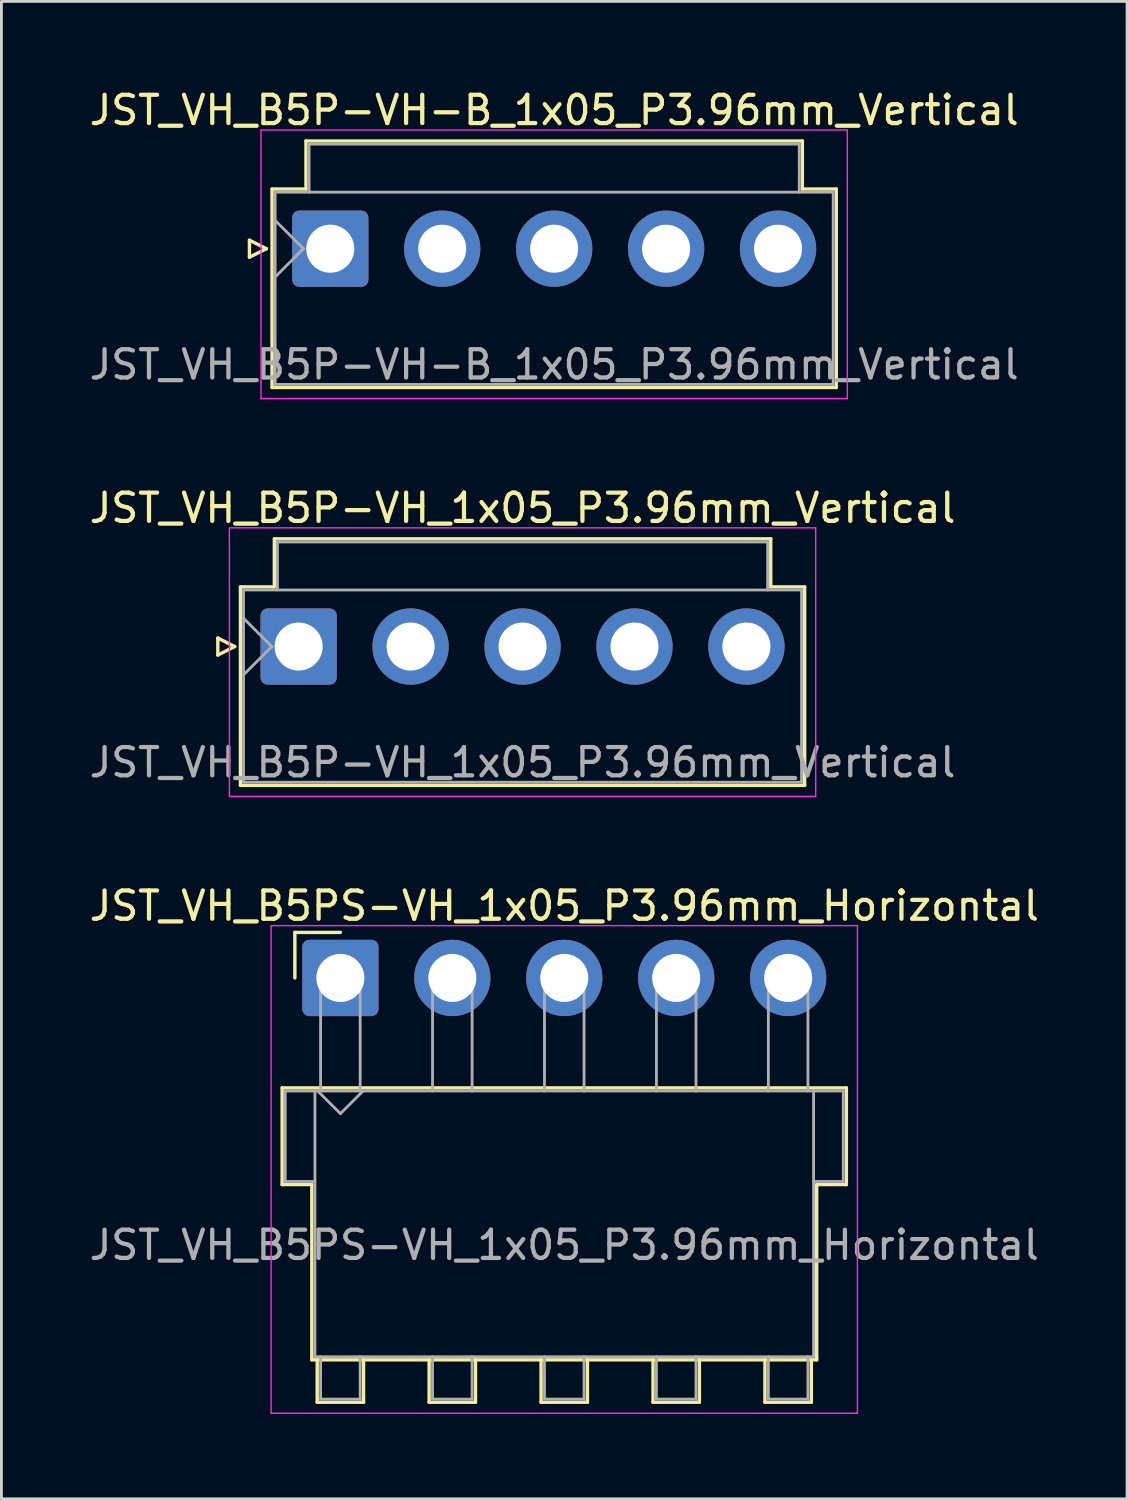
<source format=kicad_pcb>
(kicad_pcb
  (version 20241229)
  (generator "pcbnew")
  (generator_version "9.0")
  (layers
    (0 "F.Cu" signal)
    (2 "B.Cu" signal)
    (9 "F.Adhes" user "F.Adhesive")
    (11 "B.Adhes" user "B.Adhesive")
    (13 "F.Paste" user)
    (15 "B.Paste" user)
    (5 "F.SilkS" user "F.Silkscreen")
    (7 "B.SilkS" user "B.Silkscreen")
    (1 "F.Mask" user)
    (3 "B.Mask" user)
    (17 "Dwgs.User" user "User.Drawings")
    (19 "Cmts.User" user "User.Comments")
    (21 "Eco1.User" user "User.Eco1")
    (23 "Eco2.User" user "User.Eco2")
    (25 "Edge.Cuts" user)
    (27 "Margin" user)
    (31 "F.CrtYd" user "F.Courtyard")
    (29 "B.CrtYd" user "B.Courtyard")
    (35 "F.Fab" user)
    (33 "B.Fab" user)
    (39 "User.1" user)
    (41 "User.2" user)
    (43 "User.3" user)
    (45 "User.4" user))
  (footprint "JST_VH_B5P-VH_1x05_P3.96mm_Vertical"
    (layer "F.Cu")
    (at 7.515 19.822)
    (property "Reference" "JST_VH_B5P-VH_1x05_P3.96mm_Vertical" (at 7.92 -4.9 0) (layer "F.SilkS") (effects (font (size 1 1) (thickness 0.15))))
    (attr through_hole)
    (fp_line (start -2.86 -0.3) (end -2.26 0) (stroke (width 0.12) (type solid)) (layer "F.SilkS"))
    (fp_line (start -2.86 0.3) (end -2.86 -0.3) (stroke (width 0.12) (type solid)) (layer "F.SilkS"))
    (fp_line (start -2.26 0) (end -2.86 0.3) (stroke (width 0.12) (type solid)) (layer "F.SilkS"))
    (fp_line (start -2.06 -2.11) (end -0.86 -2.11) (stroke (width 0.12) (type solid)) (layer "F.SilkS"))
    (fp_line (start -2.06 4.91) (end -2.06 -2.11) (stroke (width 0.12) (type solid)) (layer "F.SilkS"))
    (fp_line (start -0.86 -3.81) (end 16.7 -3.81) (stroke (width 0.12) (type solid)) (layer "F.SilkS"))
    (fp_line (start -0.86 -2.11) (end -0.86 -3.81) (stroke (width 0.12) (type solid)) (layer "F.SilkS"))
    (fp_line (start 16.7 -3.81) (end 16.7 -2.11) (stroke (width 0.12) (type solid)) (layer "F.SilkS"))
    (fp_line (start 16.7 -2.11) (end 17.9 -2.11) (stroke (width 0.12) (type solid)) (layer "F.SilkS"))
    (fp_line (start 17.9 -2.11) (end 17.9 4.91) (stroke (width 0.12) (type solid)) (layer "F.SilkS"))
    (fp_line (start 17.9 4.91) (end -2.06 4.91) (stroke (width 0.12) (type solid)) (layer "F.SilkS"))
    (fp_line (start -2.45 -4.2) (end -2.45 5.3) (stroke (width 0.05) (type solid)) (layer "F.CrtYd"))
    (fp_line (start -2.45 5.3) (end 18.29 5.3) (stroke (width 0.05) (type solid)) (layer "F.CrtYd"))
    (fp_line (start 18.29 -4.2) (end -2.45 -4.2) (stroke (width 0.05) (type solid)) (layer "F.CrtYd"))
    (fp_line (start 18.29 5.3) (end 18.29 -4.2) (stroke (width 0.05) (type solid)) (layer "F.CrtYd"))
    (fp_line (start -1.95 -2) (end -1.95 4.8) (stroke (width 0.1) (type solid)) (layer "F.Fab"))
    (fp_line (start -1.95 -1) (end -0.95 0) (stroke (width 0.1) (type solid)) (layer "F.Fab"))
    (fp_line (start -1.95 1) (end -0.95 0) (stroke (width 0.1) (type solid)) (layer "F.Fab"))
    (fp_line (start -1.95 4.8) (end 17.79 4.8) (stroke (width 0.1) (type solid)) (layer "F.Fab"))
    (fp_line (start -0.75 -3.7) (end 16.59 -3.7) (stroke (width 0.1) (type solid)) (layer "F.Fab"))
    (fp_line (start -0.75 -2) (end -0.75 -3.7) (stroke (width 0.1) (type solid)) (layer "F.Fab"))
    (fp_line (start 16.59 -3.7) (end 16.59 -2) (stroke (width 0.1) (type solid)) (layer "F.Fab"))
    (fp_line (start 17.79 -2) (end -1.95 -2) (stroke (width 0.1) (type solid)) (layer "F.Fab"))
    (fp_line (start 17.79 4.8) (end 17.79 -2) (stroke (width 0.1) (type solid)) (layer "F.Fab"))
    (fp_text user "${REFERENCE}" (at 7.92 4.1 0) (layer "F.Fab") (effects (font (size 1 1) (thickness 0.15))))
    (pad "1" thru_hole roundrect (at 0 0) (size 2.7 2.7) (drill 1.7) (layers "*.Cu" "*.Mask") (roundrect_rratio 0.093))
    (pad "2" thru_hole circle (at 3.96 0) (size 2.7 2.7) (drill 1.7) (layers "*.Cu" "*.Mask"))
    (pad "3" thru_hole circle (at 7.92 0) (size 2.7 2.7) (drill 1.7) (layers "*.Cu" "*.Mask"))
    (pad "4" thru_hole circle (at 11.88 0) (size 2.7 2.7) (drill 1.7) (layers "*.Cu" "*.Mask"))
    (pad "5" thru_hole circle (at 15.84 0) (size 2.7 2.7) (drill 1.7) (layers "*.Cu" "*.Mask")))
  (footprint "JST_VH_B5PS-VH_1x05_P3.96mm_Horizontal"
    (layer "F.Cu")
    (at 8.991 31.545)
    (property "Reference" "JST_VH_B5PS-VH_1x05_P3.96mm_Horizontal" (at 7.92 -2.55 0) (layer "F.SilkS") (effects (font (size 1 1) (thickness 0.15))))
    (attr through_hole)
    (fp_line (start -2.06 3.89) (end 17.9 3.89) (stroke (width 0.12) (type solid)) (layer "F.SilkS"))
    (fp_line (start -2.06 7.31) (end -2.06 3.89) (stroke (width 0.12) (type solid)) (layer "F.SilkS"))
    (fp_line (start -1.61 -1.61) (end -1.61 0) (stroke (width 0.12) (type solid)) (layer "F.SilkS"))
    (fp_line (start -1.01 7.31) (end -2.06 7.31) (stroke (width 0.12) (type solid)) (layer "F.SilkS"))
    (fp_line (start -1.01 13.51) (end -1.01 7.31) (stroke (width 0.12) (type solid)) (layer "F.SilkS"))
    (fp_line (start -0.82 13.51) (end -0.82 15.01) (stroke (width 0.12) (type solid)) (layer "F.SilkS"))
    (fp_line (start -0.82 15.01) (end 0.82 15.01) (stroke (width 0.12) (type solid)) (layer "F.SilkS"))
    (fp_line (start 0 -1.61) (end -1.61 -1.61) (stroke (width 0.12) (type solid)) (layer "F.SilkS"))
    (fp_line (start 0.82 15.01) (end 0.82 13.51) (stroke (width 0.12) (type solid)) (layer "F.SilkS"))
    (fp_line (start 3.14 13.51) (end 3.14 15.01) (stroke (width 0.12) (type solid)) (layer "F.SilkS"))
    (fp_line (start 3.14 15.01) (end 4.78 15.01) (stroke (width 0.12) (type solid)) (layer "F.SilkS"))
    (fp_line (start 4.78 15.01) (end 4.78 13.51) (stroke (width 0.12) (type solid)) (layer "F.SilkS"))
    (fp_line (start 7.1 13.51) (end 7.1 15.01) (stroke (width 0.12) (type solid)) (layer "F.SilkS"))
    (fp_line (start 7.1 15.01) (end 8.74 15.01) (stroke (width 0.12) (type solid)) (layer "F.SilkS"))
    (fp_line (start 8.74 15.01) (end 8.74 13.51) (stroke (width 0.12) (type solid)) (layer "F.SilkS"))
    (fp_line (start 11.06 13.51) (end 11.06 15.01) (stroke (width 0.12) (type solid)) (layer "F.SilkS"))
    (fp_line (start 11.06 15.01) (end 12.7 15.01) (stroke (width 0.12) (type solid)) (layer "F.SilkS"))
    (fp_line (start 12.7 15.01) (end 12.7 13.51) (stroke (width 0.12) (type solid)) (layer "F.SilkS"))
    (fp_line (start 15.02 13.51) (end 15.02 15.01) (stroke (width 0.12) (type solid)) (layer "F.SilkS"))
    (fp_line (start 15.02 15.01) (end 16.66 15.01) (stroke (width 0.12) (type solid)) (layer "F.SilkS"))
    (fp_line (start 16.66 15.01) (end 16.66 13.51) (stroke (width 0.12) (type solid)) (layer "F.SilkS"))
    (fp_line (start 16.85 7.31) (end 16.85 13.51) (stroke (width 0.12) (type solid)) (layer "F.SilkS"))
    (fp_line (start 16.85 13.51) (end -1.01 13.51) (stroke (width 0.12) (type solid)) (layer "F.SilkS"))
    (fp_line (start 17.9 3.89) (end 17.9 7.31) (stroke (width 0.12) (type solid)) (layer "F.SilkS"))
    (fp_line (start 17.9 7.31) (end 16.85 7.31) (stroke (width 0.12) (type solid)) (layer "F.SilkS"))
    (fp_line (start -2.45 -1.85) (end -2.45 15.4) (stroke (width 0.05) (type solid)) (layer "F.CrtYd"))
    (fp_line (start -2.45 15.4) (end 18.29 15.4) (stroke (width 0.05) (type solid)) (layer "F.CrtYd"))
    (fp_line (start 18.29 -1.85) (end -2.45 -1.85) (stroke (width 0.05) (type solid)) (layer "F.CrtYd"))
    (fp_line (start 18.29 15.4) (end 18.29 -1.85) (stroke (width 0.05) (type solid)) (layer "F.CrtYd"))
    (fp_line (start -1.95 4) (end -0.9 4) (stroke (width 0.1) (type solid)) (layer "F.Fab"))
    (fp_line (start -1.95 7.2) (end -1.95 4) (stroke (width 0.1) (type solid)) (layer "F.Fab"))
    (fp_line (start -0.9 4) (end -0.9 13.4) (stroke (width 0.1) (type solid)) (layer "F.Fab"))
    (fp_line (start -0.9 7.2) (end -1.95 7.2) (stroke (width 0.1) (type solid)) (layer "F.Fab"))
    (fp_line (start -0.9 13.4) (end 16.74 13.4) (stroke (width 0.1) (type solid)) (layer "F.Fab"))
    (fp_line (start -0.8 4) (end 0 4.8) (stroke (width 0.1) (type solid)) (layer "F.Fab"))
    (fp_line (start -0.7 0) (end 0.7 0) (stroke (width 0.1) (type solid)) (layer "F.Fab"))
    (fp_line (start -0.7 4) (end -0.7 0) (stroke (width 0.1) (type solid)) (layer "F.Fab"))
    (fp_line (start -0.7 13.4) (end -0.7 14.9) (stroke (width 0.1) (type solid)) (layer "F.Fab"))
    (fp_line (start -0.7 14.9) (end 0.7 14.9) (stroke (width 0.1) (type solid)) (layer "F.Fab"))
    (fp_line (start 0 4.8) (end 0.8 4) (stroke (width 0.1) (type solid)) (layer "F.Fab"))
    (fp_line (start 0.7 0) (end 0.7 4) (stroke (width 0.1) (type solid)) (layer "F.Fab"))
    (fp_line (start 0.7 14.9) (end 0.7 13.4) (stroke (width 0.1) (type solid)) (layer "F.Fab"))
    (fp_line (start 3.26 0) (end 4.66 0) (stroke (width 0.1) (type solid)) (layer "F.Fab"))
    (fp_line (start 3.26 4) (end 3.26 0) (stroke (width 0.1) (type solid)) (layer "F.Fab"))
    (fp_line (start 3.26 13.4) (end 3.26 14.9) (stroke (width 0.1) (type solid)) (layer "F.Fab"))
    (fp_line (start 3.26 14.9) (end 4.66 14.9) (stroke (width 0.1) (type solid)) (layer "F.Fab"))
    (fp_line (start 4.66 0) (end 4.66 4) (stroke (width 0.1) (type solid)) (layer "F.Fab"))
    (fp_line (start 4.66 14.9) (end 4.66 13.4) (stroke (width 0.1) (type solid)) (layer "F.Fab"))
    (fp_line (start 7.22 0) (end 8.62 0) (stroke (width 0.1) (type solid)) (layer "F.Fab"))
    (fp_line (start 7.22 4) (end 7.22 0) (stroke (width 0.1) (type solid)) (layer "F.Fab"))
    (fp_line (start 7.22 13.4) (end 7.22 14.9) (stroke (width 0.1) (type solid)) (layer "F.Fab"))
    (fp_line (start 7.22 14.9) (end 8.62 14.9) (stroke (width 0.1) (type solid)) (layer "F.Fab"))
    (fp_line (start 8.62 0) (end 8.62 4) (stroke (width 0.1) (type solid)) (layer "F.Fab"))
    (fp_line (start 8.62 14.9) (end 8.62 13.4) (stroke (width 0.1) (type solid)) (layer "F.Fab"))
    (fp_line (start 11.18 0) (end 12.58 0) (stroke (width 0.1) (type solid)) (layer "F.Fab"))
    (fp_line (start 11.18 4) (end 11.18 0) (stroke (width 0.1) (type solid)) (layer "F.Fab"))
    (fp_line (start 11.18 13.4) (end 11.18 14.9) (stroke (width 0.1) (type solid)) (layer "F.Fab"))
    (fp_line (start 11.18 14.9) (end 12.58 14.9) (stroke (width 0.1) (type solid)) (layer "F.Fab"))
    (fp_line (start 12.58 0) (end 12.58 4) (stroke (width 0.1) (type solid)) (layer "F.Fab"))
    (fp_line (start 12.58 14.9) (end 12.58 13.4) (stroke (width 0.1) (type solid)) (layer "F.Fab"))
    (fp_line (start 15.14 0) (end 16.54 0) (stroke (width 0.1) (type solid)) (layer "F.Fab"))
    (fp_line (start 15.14 4) (end 15.14 0) (stroke (width 0.1) (type solid)) (layer "F.Fab"))
    (fp_line (start 15.14 13.4) (end 15.14 14.9) (stroke (width 0.1) (type solid)) (layer "F.Fab"))
    (fp_line (start 15.14 14.9) (end 16.54 14.9) (stroke (width 0.1) (type solid)) (layer "F.Fab"))
    (fp_line (start 16.54 0) (end 16.54 4) (stroke (width 0.1) (type solid)) (layer "F.Fab"))
    (fp_line (start 16.54 14.9) (end 16.54 13.4) (stroke (width 0.1) (type solid)) (layer "F.Fab"))
    (fp_line (start 16.74 4) (end -0.9 4) (stroke (width 0.1) (type solid)) (layer "F.Fab"))
    (fp_line (start 16.74 4) (end 17.79 4) (stroke (width 0.1) (type solid)) (layer "F.Fab"))
    (fp_line (start 16.74 13.4) (end 16.74 4) (stroke (width 0.1) (type solid)) (layer "F.Fab"))
    (fp_line (start 17.79 4) (end 17.79 7.2) (stroke (width 0.1) (type solid)) (layer "F.Fab"))
    (fp_line (start 17.79 7.2) (end 16.74 7.2) (stroke (width 0.1) (type solid)) (layer "F.Fab"))
    (fp_text user "${REFERENCE}" (at 7.92 9.45 0) (layer "F.Fab") (effects (font (size 1 1) (thickness 0.15))))
    (pad "1" thru_hole roundrect (at 0 0) (size 2.7 2.7) (drill 1.7) (layers "*.Cu" "*.Mask") (roundrect_rratio 0.093))
    (pad "2" thru_hole circle (at 3.96 0) (size 2.7 2.7) (drill 1.7) (layers "*.Cu" "*.Mask"))
    (pad "3" thru_hole circle (at 7.92 0) (size 2.7 2.7) (drill 1.7) (layers "*.Cu" "*.Mask"))
    (pad "4" thru_hole circle (at 11.88 0) (size 2.7 2.7) (drill 1.7) (layers "*.Cu" "*.Mask"))
    (pad "5" thru_hole circle (at 15.84 0) (size 2.7 2.7) (drill 1.7) (layers "*.Cu" "*.Mask")))
  (footprint "JST_VH_B5P-VH-B_1x05_P3.96mm_Vertical"
    (layer "F.Cu")
    (at 8.634 5.748)
    (property "Reference" "JST_VH_B5P-VH-B_1x05_P3.96mm_Vertical" (at 7.92 -4.9 0) (layer "F.SilkS") (effects (font (size 1 1) (thickness 0.15))))
    (attr through_hole)
    (fp_line (start -2.86 -0.3) (end -2.26 0) (stroke (width 0.12) (type solid)) (layer "F.SilkS"))
    (fp_line (start -2.86 0.3) (end -2.86 -0.3) (stroke (width 0.12) (type solid)) (layer "F.SilkS"))
    (fp_line (start -2.26 0) (end -2.86 0.3) (stroke (width 0.12) (type solid)) (layer "F.SilkS"))
    (fp_line (start -2.06 -2.11) (end -0.86 -2.11) (stroke (width 0.12) (type solid)) (layer "F.SilkS"))
    (fp_line (start -2.06 4.91) (end -2.06 -2.11) (stroke (width 0.12) (type solid)) (layer "F.SilkS"))
    (fp_line (start -0.86 -3.81) (end 16.7 -3.81) (stroke (width 0.12) (type solid)) (layer "F.SilkS"))
    (fp_line (start -0.86 -2.11) (end -0.86 -3.81) (stroke (width 0.12) (type solid)) (layer "F.SilkS"))
    (fp_line (start 16.7 -3.81) (end 16.7 -2.11) (stroke (width 0.12) (type solid)) (layer "F.SilkS"))
    (fp_line (start 16.7 -2.11) (end 17.9 -2.11) (stroke (width 0.12) (type solid)) (layer "F.SilkS"))
    (fp_line (start 17.9 -2.11) (end 17.9 4.91) (stroke (width 0.12) (type solid)) (layer "F.SilkS"))
    (fp_line (start 17.9 4.91) (end -2.06 4.91) (stroke (width 0.12) (type solid)) (layer "F.SilkS"))
    (fp_line (start -2.45 -4.2) (end -2.45 5.3) (stroke (width 0.05) (type solid)) (layer "F.CrtYd"))
    (fp_line (start -2.45 5.3) (end 18.29 5.3) (stroke (width 0.05) (type solid)) (layer "F.CrtYd"))
    (fp_line (start 18.29 -4.2) (end -2.45 -4.2) (stroke (width 0.05) (type solid)) (layer "F.CrtYd"))
    (fp_line (start 18.29 5.3) (end 18.29 -4.2) (stroke (width 0.05) (type solid)) (layer "F.CrtYd"))
    (fp_line (start -1.95 -2) (end -1.95 4.8) (stroke (width 0.1) (type solid)) (layer "F.Fab"))
    (fp_line (start -1.95 -1) (end -0.95 0) (stroke (width 0.1) (type solid)) (layer "F.Fab"))
    (fp_line (start -1.95 1) (end -0.95 0) (stroke (width 0.1) (type solid)) (layer "F.Fab"))
    (fp_line (start -1.95 4.8) (end 17.79 4.8) (stroke (width 0.1) (type solid)) (layer "F.Fab"))
    (fp_line (start -0.75 -3.7) (end 16.59 -3.7) (stroke (width 0.1) (type solid)) (layer "F.Fab"))
    (fp_line (start -0.75 -2) (end -0.75 -3.7) (stroke (width 0.1) (type solid)) (layer "F.Fab"))
    (fp_line (start 16.59 -3.7) (end 16.59 -2) (stroke (width 0.1) (type solid)) (layer "F.Fab"))
    (fp_line (start 17.79 -2) (end -1.95 -2) (stroke (width 0.1) (type solid)) (layer "F.Fab"))
    (fp_line (start 17.79 4.8) (end 17.79 -2) (stroke (width 0.1) (type solid)) (layer "F.Fab"))
    (fp_text user "${REFERENCE}" (at 7.92 4.1 0) (layer "F.Fab") (effects (font (size 1 1) (thickness 0.15))))
    (pad "1" thru_hole roundrect (at 0 0) (size 2.7 2.7) (drill 1.7) (layers "*.Cu" "*.Mask") (roundrect_rratio 0.093))
    (pad "2" thru_hole circle (at 3.96 0) (size 2.7 2.7) (drill 1.7) (layers "*.Cu" "*.Mask"))
    (pad "3" thru_hole circle (at 7.92 0) (size 2.7 2.7) (drill 1.7) (layers "*.Cu" "*.Mask"))
    (pad "4" thru_hole circle (at 11.88 0) (size 2.7 2.7) (drill 1.7) (layers "*.Cu" "*.Mask"))
    (pad "5" thru_hole circle (at 15.84 0) (size 2.7 2.7) (drill 1.7) (layers "*.Cu" "*.Mask")))
  (gr_rect
    (start -3 -3)
    (end 36.821 49.97)
    (stroke (width 0.1) (type default))
    (fill no)
    (layer "Edge.Cuts")))
</source>
